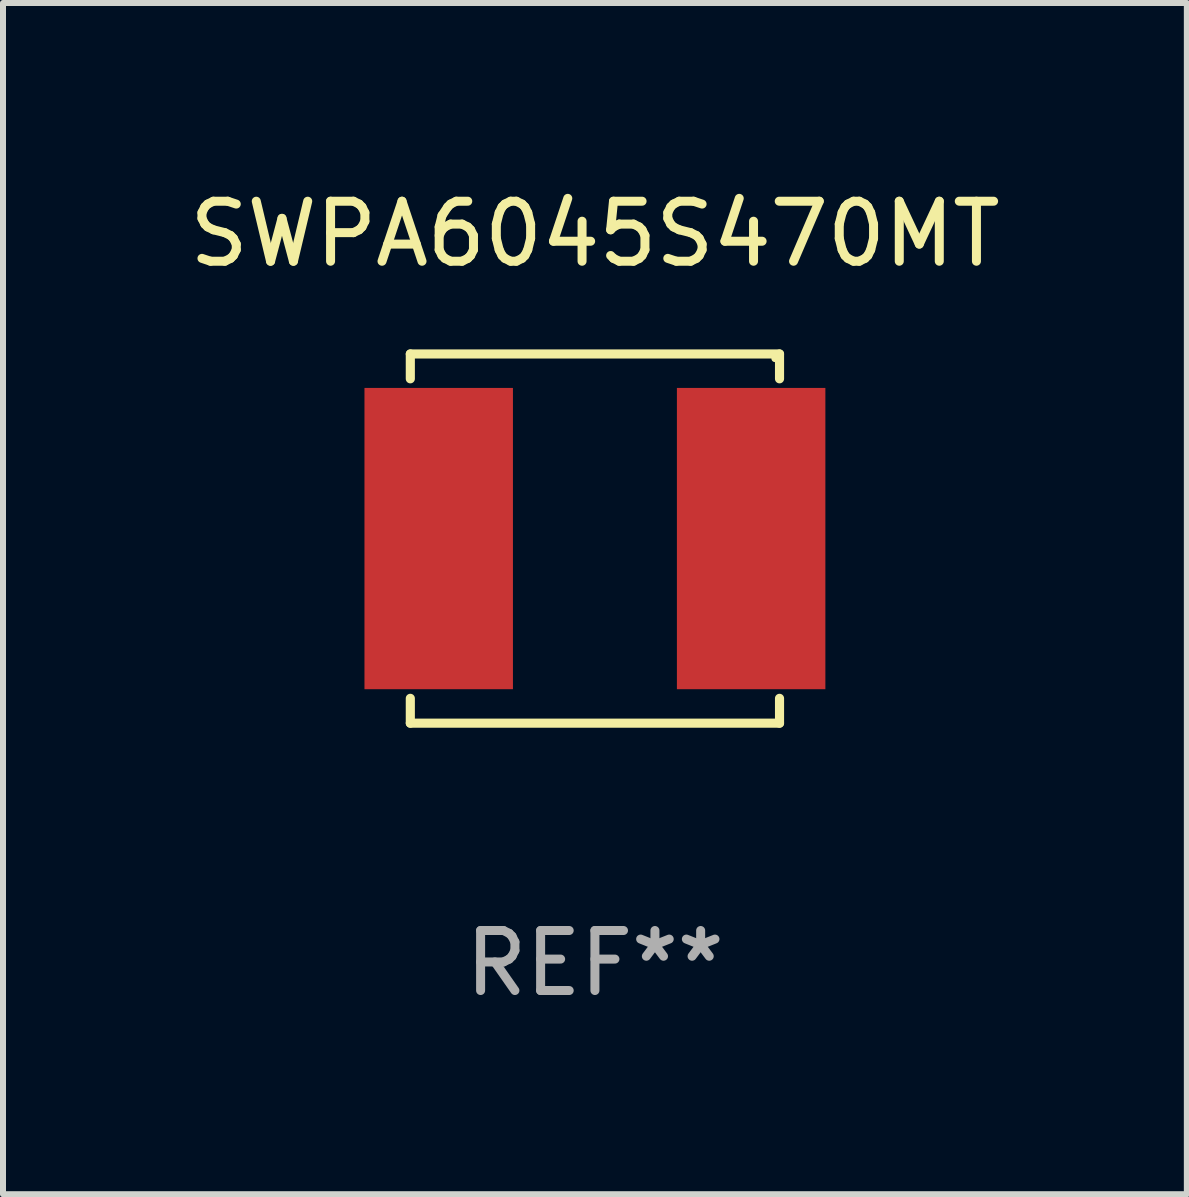
<source format=kicad_pcb>
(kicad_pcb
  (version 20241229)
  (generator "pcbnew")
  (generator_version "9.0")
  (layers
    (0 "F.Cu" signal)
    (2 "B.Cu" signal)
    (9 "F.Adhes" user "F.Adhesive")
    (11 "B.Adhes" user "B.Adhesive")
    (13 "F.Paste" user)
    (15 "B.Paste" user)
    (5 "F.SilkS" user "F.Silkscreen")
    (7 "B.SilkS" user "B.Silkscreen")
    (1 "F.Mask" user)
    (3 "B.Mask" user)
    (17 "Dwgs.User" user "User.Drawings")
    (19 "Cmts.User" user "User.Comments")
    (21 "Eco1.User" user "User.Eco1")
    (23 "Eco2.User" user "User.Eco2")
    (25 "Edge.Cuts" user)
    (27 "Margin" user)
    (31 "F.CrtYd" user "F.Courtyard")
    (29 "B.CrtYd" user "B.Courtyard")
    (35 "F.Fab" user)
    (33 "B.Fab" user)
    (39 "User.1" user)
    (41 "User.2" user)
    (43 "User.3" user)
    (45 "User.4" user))
  (footprint "SWPA6045S470MT"
    (layer "F.Cu")
    (at 6.863 5.924)
    (property "Reference" "SWPA6045S470MT" (at 0 -5.076 0) (layer "F.SilkS") (effects (font (size 1 1) (thickness 0.15))))
    (attr through_hole)
    (fp_line (start -3.076 -3.076) (end 3.076 -3.076) (stroke (width 0.152) (type solid)) (layer "F.SilkS"))
    (fp_line (start -3.076 -2.662) (end -3.076 -3.076) (stroke (width 0.152) (type solid)) (layer "F.SilkS"))
    (fp_line (start -3.076 2.662) (end -3.076 3.076) (stroke (width 0.152) (type solid)) (layer "F.SilkS"))
    (fp_line (start -3.076 3.076) (end 3.076 3.076) (stroke (width 0.152) (type solid)) (layer "F.SilkS"))
    (fp_line (start 3.076 -3.076) (end 3.076 -2.662) (stroke (width 0.152) (type solid)) (layer "F.SilkS"))
    (fp_line (start 3.076 3.076) (end 3.076 2.662) (stroke (width 0.152) (type solid)) (layer "F.SilkS"))
    (fp_circle (center 3 -3) (end 3.03 -3) (stroke (width 0.06) (type solid)) (fill no) (layer "F.SilkS"))
    (fp_text user "REF**" (at 0 7.076 0) (layer "F.Fab") (effects (font (size 1 1) (thickness 0.15))))
    (pad "1" smd rect (at 2.603 0) (size 2.474 5.02) (layers "F.Cu" "F.Mask" "F.Paste"))
    (pad "2" smd rect (at -2.603 0) (size 2.474 5.02) (layers "F.Cu" "F.Mask" "F.Paste")))
  (gr_rect
    (start -3 -3)
    (end 16.726 16.849)
    (stroke (width 0.1) (type default))
    (fill no)
    (layer "Edge.Cuts")))
</source>
